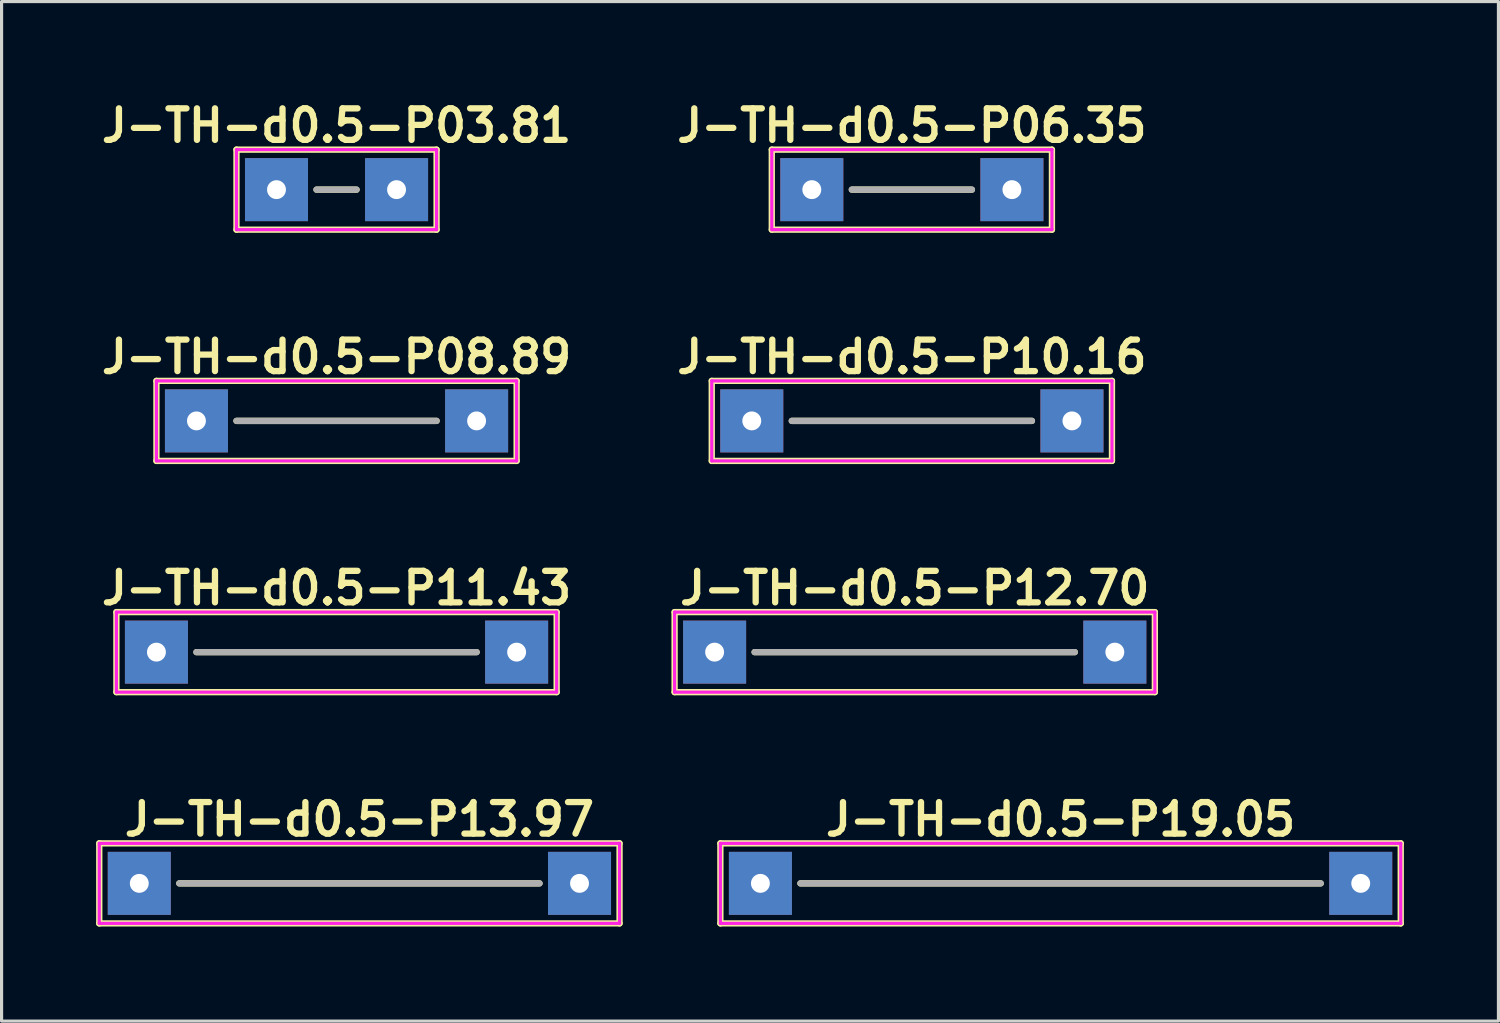
<source format=kicad_pcb>
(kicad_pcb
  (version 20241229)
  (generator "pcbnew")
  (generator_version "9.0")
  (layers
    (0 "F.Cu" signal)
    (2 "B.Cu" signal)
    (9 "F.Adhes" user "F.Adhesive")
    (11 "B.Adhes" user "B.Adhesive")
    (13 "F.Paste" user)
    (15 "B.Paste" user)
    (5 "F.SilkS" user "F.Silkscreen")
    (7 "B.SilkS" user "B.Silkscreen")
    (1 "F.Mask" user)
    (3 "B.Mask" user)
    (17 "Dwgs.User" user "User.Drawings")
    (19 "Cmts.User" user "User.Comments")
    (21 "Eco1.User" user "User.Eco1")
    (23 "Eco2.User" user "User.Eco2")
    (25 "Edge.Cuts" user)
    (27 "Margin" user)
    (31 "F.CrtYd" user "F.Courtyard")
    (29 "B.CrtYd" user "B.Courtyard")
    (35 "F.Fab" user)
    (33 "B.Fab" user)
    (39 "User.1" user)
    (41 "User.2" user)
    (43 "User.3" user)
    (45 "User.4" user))
  (footprint "J-TH-d0.5-P06.35"
    (layer "F.Cu")
    (at 25.886 2.968)
    (property "Reference" "J-TH-d0.5-P06.35" (at 0 -2.032 0) (layer "F.SilkS") (effects (font (size 1 1) (thickness 0.2))))
    (attr through_hole)
    (fp_line (start -4.445 -1.27) (end -4.445 1.27) (stroke (width 0.2) (type solid)) (layer "F.SilkS"))
    (fp_line (start -4.445 -1.27) (end 4.445 -1.27) (stroke (width 0.2) (type solid)) (layer "F.SilkS"))
    (fp_line (start -4.445 1.27) (end 4.445 1.27) (stroke (width 0.2) (type solid)) (layer "F.SilkS"))
    (fp_line (start -1.905 0) (end 1.905 0) (stroke (width 0.2) (type solid)) (layer "F.SilkS"))
    (fp_line (start 4.445 -1.27) (end 4.445 1.27) (stroke (width 0.2) (type solid)) (layer "F.SilkS"))
    (fp_line (start -4.445 -1.27) (end 4.445 -1.27) (stroke (width 0.1) (type solid)) (layer "F.CrtYd"))
    (fp_line (start -4.445 1.27) (end -4.445 -1.27) (stroke (width 0.1) (type solid)) (layer "F.CrtYd"))
    (fp_line (start 4.445 -1.27) (end 4.445 1.27) (stroke (width 0.1) (type solid)) (layer "F.CrtYd"))
    (fp_line (start 4.445 1.27) (end -4.445 1.27) (stroke (width 0.1) (type solid)) (layer "F.CrtYd"))
    (fp_line (start -1.905 0) (end 1.905 0) (stroke (width 0.2) (type solid)) (layer "F.Fab"))
    (pad "J" thru_hole rect (at -3.175 0) (size 2 2) (drill 0.6) (layers "*.Cu" "*.Mask"))
    (pad "J" thru_hole rect (at 3.175 0) (size 2 2) (drill 0.6) (layers "*.Cu" "*.Mask")))
  (footprint "J-TH-d0.5-P08.89"
    (layer "F.Cu")
    (at 7.629 10.306)
    (property "Reference" "J-TH-d0.5-P08.89" (at 0 -2.032 0) (layer "F.SilkS") (effects (font (size 1 1) (thickness 0.2))))
    (attr through_hole)
    (fp_line (start -5.715 -1.27) (end -5.715 1.27) (stroke (width 0.2) (type solid)) (layer "F.SilkS"))
    (fp_line (start -5.715 -1.27) (end 5.715 -1.27) (stroke (width 0.2) (type solid)) (layer "F.SilkS"))
    (fp_line (start -5.715 1.27) (end 5.715 1.27) (stroke (width 0.2) (type solid)) (layer "F.SilkS"))
    (fp_line (start -3.175 0) (end 3.175 0) (stroke (width 0.2) (type solid)) (layer "F.SilkS"))
    (fp_line (start 5.715 -1.27) (end 5.715 1.27) (stroke (width 0.2) (type solid)) (layer "F.SilkS"))
    (fp_line (start -5.715 -1.27) (end 5.715 -1.27) (stroke (width 0.1) (type solid)) (layer "F.CrtYd"))
    (fp_line (start -5.715 1.27) (end -5.715 -1.27) (stroke (width 0.1) (type solid)) (layer "F.CrtYd"))
    (fp_line (start 5.715 -1.27) (end 5.715 1.27) (stroke (width 0.1) (type solid)) (layer "F.CrtYd"))
    (fp_line (start 5.715 1.27) (end -5.715 1.27) (stroke (width 0.1) (type solid)) (layer "F.CrtYd"))
    (fp_line (start -3.175 0) (end 3.175 0) (stroke (width 0.2) (type solid)) (layer "F.Fab"))
    (pad "J" thru_hole rect (at -4.445 0) (size 2 2) (drill 0.6) (layers "*.Cu" "*.Mask"))
    (pad "J" thru_hole rect (at 4.445 0) (size 2 2) (drill 0.6) (layers "*.Cu" "*.Mask")))
  (footprint "J-TH-d0.5-P11.43"
    (layer "F.Cu")
    (at 7.629 17.644)
    (property "Reference" "J-TH-d0.5-P11.43" (at 0 -2.032 0) (layer "F.SilkS") (effects (font (size 1 1) (thickness 0.2))))
    (attr through_hole)
    (fp_line (start -6.985 -1.27) (end -6.985 1.27) (stroke (width 0.2) (type solid)) (layer "F.SilkS"))
    (fp_line (start -6.985 -1.27) (end 6.985 -1.27) (stroke (width 0.2) (type solid)) (layer "F.SilkS"))
    (fp_line (start -6.985 1.27) (end 6.985 1.27) (stroke (width 0.2) (type solid)) (layer "F.SilkS"))
    (fp_line (start -4.445 0) (end 4.445 0) (stroke (width 0.2) (type solid)) (layer "F.SilkS"))
    (fp_line (start 6.985 -1.27) (end 6.985 1.27) (stroke (width 0.2) (type solid)) (layer "F.SilkS"))
    (fp_line (start -6.985 -1.27) (end 6.985 -1.27) (stroke (width 0.1) (type solid)) (layer "F.CrtYd"))
    (fp_line (start -6.985 1.27) (end -6.985 -1.27) (stroke (width 0.1) (type solid)) (layer "F.CrtYd"))
    (fp_line (start 6.985 -1.27) (end 6.985 1.27) (stroke (width 0.1) (type solid)) (layer "F.CrtYd"))
    (fp_line (start 6.985 1.27) (end -6.985 1.27) (stroke (width 0.1) (type solid)) (layer "F.CrtYd"))
    (fp_line (start -4.445 0) (end 4.445 0) (stroke (width 0.2) (type solid)) (layer "F.Fab"))
    (pad "J" thru_hole rect (at -5.715 0) (size 2 2) (drill 0.6) (layers "*.Cu" "*.Mask"))
    (pad "J" thru_hole rect (at 5.715 0) (size 2 2) (drill 0.6) (layers "*.Cu" "*.Mask")))
  (footprint "J-TH-d0.5-P03.81"
    (layer "F.Cu")
    (at 7.629 2.968)
    (property "Reference" "J-TH-d0.5-P03.81" (at 0 -2.032 0) (layer "F.SilkS") (effects (font (size 1 1) (thickness 0.2))))
    (attr through_hole)
    (fp_line (start -3.175 -1.27) (end -3.175 1.27) (stroke (width 0.2) (type solid)) (layer "F.SilkS"))
    (fp_line (start -3.175 -1.27) (end 3.175 -1.27) (stroke (width 0.2) (type solid)) (layer "F.SilkS"))
    (fp_line (start -3.175 1.27) (end 3.175 1.27) (stroke (width 0.2) (type solid)) (layer "F.SilkS"))
    (fp_line (start -0.635 0) (end 0.635 0) (stroke (width 0.2) (type solid)) (layer "F.SilkS"))
    (fp_line (start 3.175 -1.27) (end 3.175 1.27) (stroke (width 0.2) (type solid)) (layer "F.SilkS"))
    (fp_line (start -3.175 -1.27) (end 3.175 -1.27) (stroke (width 0.1) (type solid)) (layer "F.CrtYd"))
    (fp_line (start -3.175 1.27) (end -3.175 -1.27) (stroke (width 0.1) (type solid)) (layer "F.CrtYd"))
    (fp_line (start 3.175 -1.27) (end 3.175 1.27) (stroke (width 0.1) (type solid)) (layer "F.CrtYd"))
    (fp_line (start 3.175 1.27) (end -3.175 1.27) (stroke (width 0.1) (type solid)) (layer "F.CrtYd"))
    (fp_line (start -0.635 0) (end 0.635 0) (stroke (width 0.2) (type solid)) (layer "F.Fab"))
    (pad "J" thru_hole rect (at -1.905 0) (size 2 2) (drill 0.6) (layers "*.Cu" "*.Mask"))
    (pad "J" thru_hole rect (at 1.905 0) (size 2 2) (drill 0.6) (layers "*.Cu" "*.Mask")))
  (footprint "J-TH-d0.5-P13.97"
    (layer "F.Cu")
    (at 8.355 24.982)
    (property "Reference" "J-TH-d0.5-P13.97" (at 0 -2.032 0) (layer "F.SilkS") (effects (font (size 1 1) (thickness 0.2))))
    (attr through_hole)
    (fp_line (start -8.255 -1.27) (end -8.255 1.27) (stroke (width 0.2) (type solid)) (layer "F.SilkS"))
    (fp_line (start -8.255 -1.27) (end 8.255 -1.27) (stroke (width 0.2) (type solid)) (layer "F.SilkS"))
    (fp_line (start -8.255 1.27) (end 8.255 1.27) (stroke (width 0.2) (type solid)) (layer "F.SilkS"))
    (fp_line (start -5.715 0) (end 5.715 0) (stroke (width 0.2) (type solid)) (layer "F.SilkS"))
    (fp_line (start 8.255 -1.27) (end 8.255 1.27) (stroke (width 0.2) (type solid)) (layer "F.SilkS"))
    (fp_line (start -8.255 -1.27) (end 8.255 -1.27) (stroke (width 0.1) (type solid)) (layer "F.CrtYd"))
    (fp_line (start -8.255 1.27) (end -8.255 -1.27) (stroke (width 0.1) (type solid)) (layer "F.CrtYd"))
    (fp_line (start 8.255 -1.27) (end 8.255 1.27) (stroke (width 0.1) (type solid)) (layer "F.CrtYd"))
    (fp_line (start 8.255 1.27) (end -8.255 1.27) (stroke (width 0.1) (type solid)) (layer "F.CrtYd"))
    (fp_line (start -5.715 0) (end 5.715 0) (stroke (width 0.2) (type solid)) (layer "F.Fab"))
    (pad "J" thru_hole rect (at -6.985 0) (size 2 2) (drill 0.6) (layers "*.Cu" "*.Mask"))
    (pad "J" thru_hole rect (at 6.985 0) (size 2 2) (drill 0.6) (layers "*.Cu" "*.Mask")))
  (footprint "J-TH-d0.5-P19.05"
    (layer "F.Cu")
    (at 30.605 24.982)
    (property "Reference" "J-TH-d0.5-P19.05" (at 0 -2.032 0) (layer "F.SilkS") (effects (font (size 1 1) (thickness 0.2))))
    (attr through_hole)
    (fp_line (start -10.795 -1.27) (end -10.795 1.27) (stroke (width 0.2) (type solid)) (layer "F.SilkS"))
    (fp_line (start -10.795 -1.27) (end 10.795 -1.27) (stroke (width 0.2) (type solid)) (layer "F.SilkS"))
    (fp_line (start -10.795 1.27) (end 10.795 1.27) (stroke (width 0.2) (type solid)) (layer "F.SilkS"))
    (fp_line (start -8.255 0) (end 8.255 0) (stroke (width 0.2) (type solid)) (layer "F.SilkS"))
    (fp_line (start 10.795 -1.27) (end 10.795 1.27) (stroke (width 0.2) (type solid)) (layer "F.SilkS"))
    (fp_line (start -10.795 -1.27) (end 10.795 -1.27) (stroke (width 0.1) (type solid)) (layer "F.CrtYd"))
    (fp_line (start -10.795 1.27) (end -10.795 -1.27) (stroke (width 0.1) (type solid)) (layer "F.CrtYd"))
    (fp_line (start 10.795 -1.27) (end 10.795 1.27) (stroke (width 0.1) (type solid)) (layer "F.CrtYd"))
    (fp_line (start 10.795 1.27) (end -10.795 1.27) (stroke (width 0.1) (type solid)) (layer "F.CrtYd"))
    (fp_line (start -8.255 0) (end 8.255 0) (stroke (width 0.2) (type solid)) (layer "F.Fab"))
    (pad "J" thru_hole rect (at -9.525 0) (size 2 2) (drill 0.6) (layers "*.Cu" "*.Mask"))
    (pad "J" thru_hole rect (at 9.525 0) (size 2 2) (drill 0.6) (layers "*.Cu" "*.Mask")))
  (footprint "J-TH-d0.5-P12.70"
    (layer "F.Cu")
    (at 25.977 17.644)
    (property "Reference" "J-TH-d0.5-P12.70" (at 0 -2.032 0) (layer "F.SilkS") (effects (font (size 1 1) (thickness 0.2))))
    (attr through_hole)
    (fp_line (start -7.62 -1.27) (end -7.62 1.27) (stroke (width 0.2) (type solid)) (layer "F.SilkS"))
    (fp_line (start -7.62 -1.27) (end 7.62 -1.27) (stroke (width 0.2) (type solid)) (layer "F.SilkS"))
    (fp_line (start -7.62 1.27) (end 7.62 1.27) (stroke (width 0.2) (type solid)) (layer "F.SilkS"))
    (fp_line (start -5.08 0) (end 5.08 0) (stroke (width 0.2) (type solid)) (layer "F.SilkS"))
    (fp_line (start 7.62 -1.27) (end 7.62 1.27) (stroke (width 0.2) (type solid)) (layer "F.SilkS"))
    (fp_line (start -7.62 -1.27) (end 7.62 -1.27) (stroke (width 0.1) (type solid)) (layer "F.CrtYd"))
    (fp_line (start -7.62 1.27) (end -7.62 -1.27) (stroke (width 0.1) (type solid)) (layer "F.CrtYd"))
    (fp_line (start 7.62 -1.27) (end 7.62 1.27) (stroke (width 0.1) (type solid)) (layer "F.CrtYd"))
    (fp_line (start 7.62 1.27) (end -7.62 1.27) (stroke (width 0.1) (type solid)) (layer "F.CrtYd"))
    (fp_line (start -5.08 0) (end 5.08 0) (stroke (width 0.2) (type solid)) (layer "F.Fab"))
    (pad "J" thru_hole rect (at -6.35 0) (size 2 2) (drill 0.6) (layers "*.Cu" "*.Mask"))
    (pad "J" thru_hole rect (at 6.35 0) (size 2 2) (drill 0.6) (layers "*.Cu" "*.Mask")))
  (footprint "J-TH-d0.5-P10.16"
    (layer "F.Cu")
    (at 25.886 10.306)
    (property "Reference" "J-TH-d0.5-P10.16" (at 0 -2.032 0) (layer "F.SilkS") (effects (font (size 1 1) (thickness 0.2))))
    (attr through_hole)
    (fp_line (start -6.35 -1.27) (end -6.35 1.27) (stroke (width 0.2) (type solid)) (layer "F.SilkS"))
    (fp_line (start -6.35 -1.27) (end 6.35 -1.27) (stroke (width 0.2) (type solid)) (layer "F.SilkS"))
    (fp_line (start -6.35 1.27) (end 6.35 1.27) (stroke (width 0.2) (type solid)) (layer "F.SilkS"))
    (fp_line (start -3.81 0) (end 3.81 0) (stroke (width 0.2) (type solid)) (layer "F.SilkS"))
    (fp_line (start 6.35 -1.27) (end 6.35 1.27) (stroke (width 0.2) (type solid)) (layer "F.SilkS"))
    (fp_line (start -6.35 -1.27) (end 6.35 -1.27) (stroke (width 0.1) (type solid)) (layer "F.CrtYd"))
    (fp_line (start -6.35 1.27) (end -6.35 -1.27) (stroke (width 0.1) (type solid)) (layer "F.CrtYd"))
    (fp_line (start 6.35 -1.27) (end 6.35 1.27) (stroke (width 0.1) (type solid)) (layer "F.CrtYd"))
    (fp_line (start 6.35 1.27) (end -6.35 1.27) (stroke (width 0.1) (type solid)) (layer "F.CrtYd"))
    (fp_line (start -3.81 0) (end 3.81 0) (stroke (width 0.2) (type solid)) (layer "F.Fab"))
    (pad "J" thru_hole rect (at -5.08 0) (size 2 2) (drill 0.6) (layers "*.Cu" "*.Mask"))
    (pad "J" thru_hole rect (at 5.08 0) (size 2 2) (drill 0.6) (layers "*.Cu" "*.Mask")))
  (gr_rect
    (start -3 -3)
    (end 44.5 29.352)
    (stroke (width 0.1) (type default))
    (fill no)
    (layer "Edge.Cuts")))
</source>
